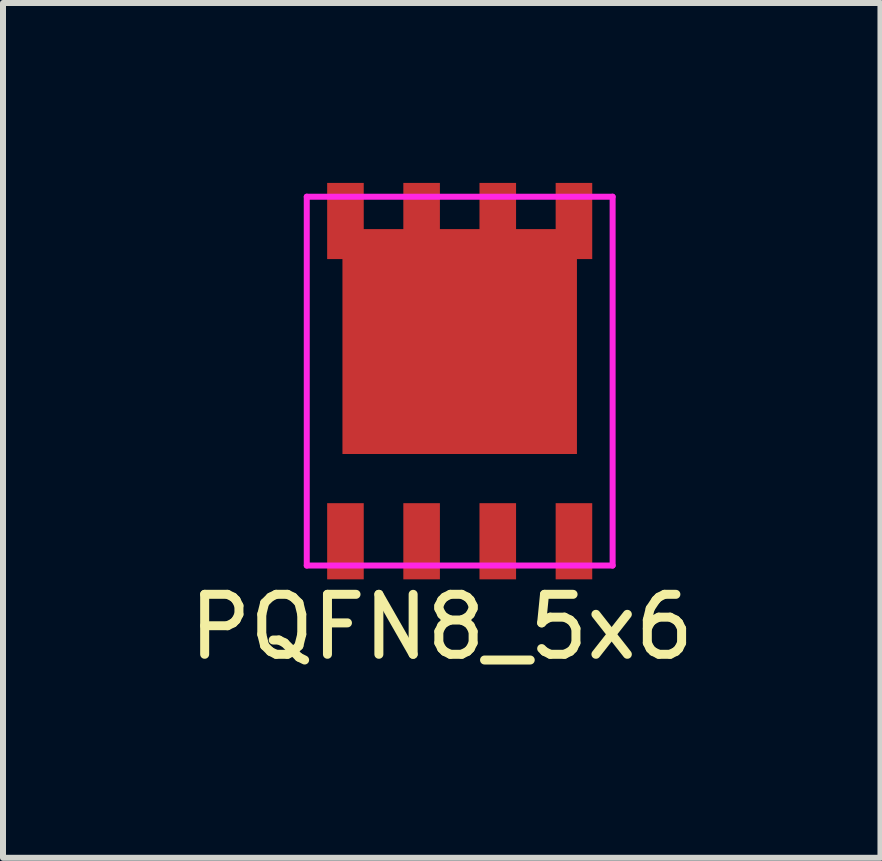
<source format=kicad_pcb>
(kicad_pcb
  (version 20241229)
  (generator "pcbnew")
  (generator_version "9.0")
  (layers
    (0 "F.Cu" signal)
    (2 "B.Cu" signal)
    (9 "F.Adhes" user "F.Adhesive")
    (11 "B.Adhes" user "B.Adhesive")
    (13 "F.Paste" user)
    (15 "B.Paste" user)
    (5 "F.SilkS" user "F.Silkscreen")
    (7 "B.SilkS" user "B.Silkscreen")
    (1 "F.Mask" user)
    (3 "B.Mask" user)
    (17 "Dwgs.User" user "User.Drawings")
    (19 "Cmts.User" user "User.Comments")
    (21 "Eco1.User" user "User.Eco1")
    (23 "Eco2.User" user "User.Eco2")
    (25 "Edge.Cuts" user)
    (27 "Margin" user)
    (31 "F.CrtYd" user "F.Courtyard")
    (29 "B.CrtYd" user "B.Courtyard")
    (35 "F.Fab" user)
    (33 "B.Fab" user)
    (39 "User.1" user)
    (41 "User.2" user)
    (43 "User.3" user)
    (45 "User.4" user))
  (footprint "PQFN8_5x6"
    (layer "F.Cu")
    (at 4.615 3.305)
    (property "Reference" "PQFN8_5x6" (at -0.3 4.1 0) (layer "F.SilkS") (effects (font (size 1 1) (thickness 0.15))))
    (attr through_hole)
    (fp_line (start -2.55 -3.075) (end 2.55 -3.075) (stroke (width 0.1) (type solid)) (layer "F.CrtYd"))
    (fp_line (start -2.55 3.075) (end -2.55 -3.075) (stroke (width 0.1) (type solid)) (layer "F.CrtYd"))
    (fp_line (start 2.55 3.075) (end -2.55 3.075) (stroke (width 0.1) (type solid)) (layer "F.CrtYd"))
    (fp_line (start 2.55 3.075) (end 2.55 -3.075) (stroke (width 0.1) (type solid)) (layer "F.CrtYd"))
    (pad "1" smd rect (at 1.905 2.67) (size 0.61 1.27) (layers "F.Cu" "F.Mask" "F.Paste"))
    (pad "2" smd rect (at -1.905 -2.67) (size 0.61 1.27) (layers "F.Cu" "F.Mask" "F.Paste"))
    (pad "2" smd rect (at -0.635 -2.67) (size 0.61 1.27) (layers "F.Cu" "F.Mask" "F.Paste"))
    (pad "2" smd rect (at 0 -0.66) (size 3.91 3.75) (layers "F.Cu" "F.Mask" "F.Paste"))
    (pad "2" smd rect (at 0.635 -2.67) (size 0.61 1.27) (layers "F.Cu" "F.Mask" "F.Paste"))
    (pad "2" smd rect (at 1.905 -2.67) (size 0.61 1.27) (layers "F.Cu" "F.Mask" "F.Paste"))
    (pad "3" smd rect (at -1.905 2.67) (size 0.61 1.27) (layers "F.Cu" "F.Mask" "F.Paste"))
    (pad "3" smd rect (at -0.635 2.67) (size 0.61 1.27) (layers "F.Cu" "F.Mask" "F.Paste"))
    (pad "3" smd rect (at 0.635 2.67) (size 0.61 1.27) (layers "F.Cu" "F.Mask" "F.Paste")))
  (gr_rect
    (start -3 -3)
    (end 11.631 11.253)
    (stroke (width 0.1) (type default))
    (fill no)
    (layer "Edge.Cuts")))
</source>
